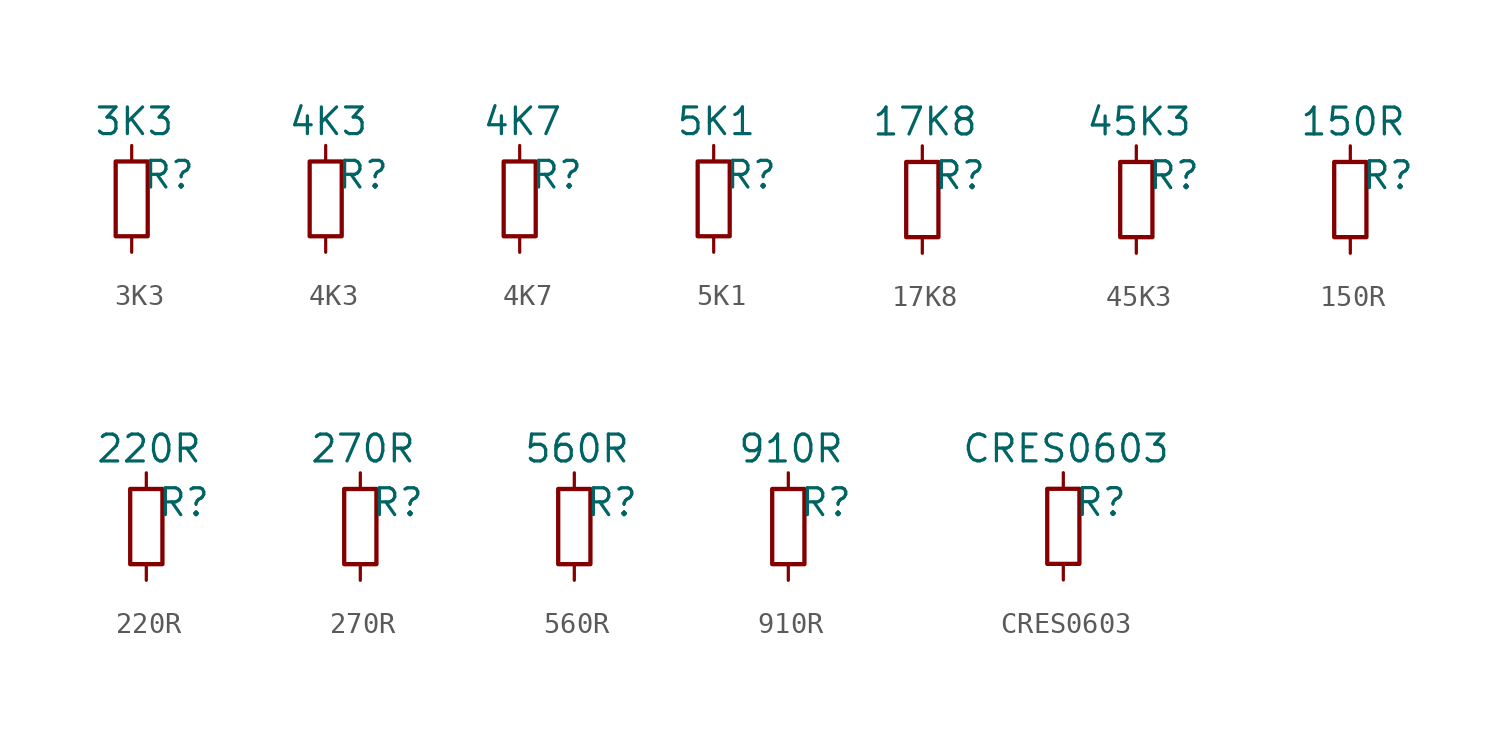
<source format=kicad_sym>
(kicad_symbol_lib
  (version 20241209)
  (generator "kicad_symbol_editor")
  (generator_version "9.0")
  (symbol "3K3"
    (pin_numbers
      (hide yes))
    (pin_names
      (offset 0)
      (hide yes))
    (property "Reference" "R"
      (at 1.778 1.143 0)
      (effects (font (size 1.27 1.27))))
    (property "Value" "3K3"
      (at 0.127 3.683 0)
      (effects (font (size 1.27 1.27))))
    (symbol "3K3_1_1"
      (rectangle (start -0.762 1.778) (end 0.762 -1.778) (stroke (width 0.203) (type solid)) (fill (type none)))
      (pin passive line (at 0 2.54 270) (length 0.762) (name "~" (effects (font (size 1.27 1.27)))) (number "1" (effects (font (size 1.27 1.27)))))
      (pin passive line (at 0 -2.54 90) (length 0.762) (name "~" (effects (font (size 1.27 1.27)))) (number "2" (effects (font (size 1.27 1.27)))))))
  (symbol "4K3"
    (pin_numbers
      (hide yes))
    (pin_names
      (offset 0)
      (hide yes))
    (property "Reference" "R"
      (at 1.778 1.143 0)
      (effects (font (size 1.27 1.27))))
    (property "Value" "4K3"
      (at 0.127 3.683 0)
      (effects (font (size 1.27 1.27))))
    (symbol "4K3_1_1"
      (rectangle (start -0.762 1.778) (end 0.762 -1.778) (stroke (width 0.203) (type solid)) (fill (type none)))
      (pin passive line (at 0 2.54 270) (length 0.762) (name "~" (effects (font (size 1.27 1.27)))) (number "1" (effects (font (size 1.27 1.27)))))
      (pin passive line (at 0 -2.54 90) (length 0.762) (name "~" (effects (font (size 1.27 1.27)))) (number "2" (effects (font (size 1.27 1.27)))))))
  (symbol "4K7"
    (pin_numbers
      (hide yes))
    (pin_names
      (offset 0)
      (hide yes))
    (property "Reference" "R"
      (at 1.778 1.143 0)
      (effects (font (size 1.27 1.27))))
    (property "Value" "4K7"
      (at 0.127 3.683 0)
      (effects (font (size 1.27 1.27))))
    (symbol "4K7_1_1"
      (rectangle (start -0.762 1.778) (end 0.762 -1.778) (stroke (width 0.203) (type solid)) (fill (type none)))
      (pin passive line (at 0 2.54 270) (length 0.762) (name "~" (effects (font (size 1.27 1.27)))) (number "1" (effects (font (size 1.27 1.27)))))
      (pin passive line (at 0 -2.54 90) (length 0.762) (name "~" (effects (font (size 1.27 1.27)))) (number "2" (effects (font (size 1.27 1.27)))))))
  (symbol "5K1"
    (pin_numbers
      (hide yes))
    (pin_names
      (offset 0)
      (hide yes))
    (property "Reference" "R"
      (at 1.778 1.143 0)
      (effects (font (size 1.27 1.27))))
    (property "Value" "5K1"
      (at 0.127 3.683 0)
      (effects (font (size 1.27 1.27))))
    (symbol "5K1_1_1"
      (rectangle (start -0.762 1.778) (end 0.762 -1.778) (stroke (width 0.203) (type solid)) (fill (type none)))
      (pin passive line (at 0 2.54 270) (length 0.762) (name "~" (effects (font (size 1.27 1.27)))) (number "1" (effects (font (size 1.27 1.27)))))
      (pin passive line (at 0 -2.54 90) (length 0.762) (name "~" (effects (font (size 1.27 1.27)))) (number "2" (effects (font (size 1.27 1.27)))))))
  (symbol "17K8"
    (pin_numbers
      (hide yes))
    (pin_names
      (offset 0)
      (hide yes))
    (property "Reference" "R"
      (at 1.778 1.143 0)
      (effects (font (size 1.27 1.27))))
    (property "Value" "17K8"
      (at 0.127 3.683 0)
      (effects (font (size 1.27 1.27))))
    (symbol "17K8_1_1"
      (rectangle (start -0.762 1.778) (end 0.762 -1.778) (stroke (width 0.203) (type solid)) (fill (type none)))
      (pin passive line (at 0 2.54 270) (length 0.762) (name "~" (effects (font (size 1.27 1.27)))) (number "1" (effects (font (size 1.27 1.27)))))
      (pin passive line (at 0 -2.54 90) (length 0.762) (name "~" (effects (font (size 1.27 1.27)))) (number "2" (effects (font (size 1.27 1.27)))))))
  (symbol "45K3"
    (pin_numbers
      (hide yes))
    (pin_names
      (offset 0)
      (hide yes))
    (property "Reference" "R"
      (at 1.778 1.143 0)
      (effects (font (size 1.27 1.27))))
    (property "Value" "45K3"
      (at 0.127 3.683 0)
      (effects (font (size 1.27 1.27))))
    (symbol "45K3_1_1"
      (rectangle (start -0.762 1.778) (end 0.762 -1.778) (stroke (width 0.203) (type solid)) (fill (type none)))
      (pin passive line (at 0 2.54 270) (length 0.762) (name "~" (effects (font (size 1.27 1.27)))) (number "1" (effects (font (size 1.27 1.27)))))
      (pin passive line (at 0 -2.54 90) (length 0.762) (name "~" (effects (font (size 1.27 1.27)))) (number "2" (effects (font (size 1.27 1.27)))))))
  (symbol "150R"
    (pin_numbers
      (hide yes))
    (pin_names
      (offset 0)
      (hide yes))
    (property "Reference" "R"
      (at 1.778 1.143 0)
      (effects (font (size 1.27 1.27))))
    (property "Value" "150R"
      (at 0.127 3.683 0)
      (effects (font (size 1.27 1.27))))
    (symbol "150R_1_1"
      (rectangle (start -0.762 1.778) (end 0.762 -1.778) (stroke (width 0.203) (type solid)) (fill (type none)))
      (pin passive line (at 0 2.54 270) (length 0.762) (name "~" (effects (font (size 1.27 1.27)))) (number "1" (effects (font (size 1.27 1.27)))))
      (pin passive line (at 0 -2.54 90) (length 0.762) (name "~" (effects (font (size 1.27 1.27)))) (number "2" (effects (font (size 1.27 1.27)))))))
  (symbol "220R"
    (pin_numbers
      (hide yes))
    (pin_names
      (offset 0)
      (hide yes))
    (property "Reference" "R"
      (at 1.778 1.143 0)
      (effects (font (size 1.27 1.27))))
    (property "Value" "220R"
      (at 0.127 3.683 0)
      (effects (font (size 1.27 1.27))))
    (symbol "220R_1_1"
      (rectangle (start -0.762 1.778) (end 0.762 -1.778) (stroke (width 0.203) (type solid)) (fill (type none)))
      (pin passive line (at 0 2.54 270) (length 0.762) (name "~" (effects (font (size 1.27 1.27)))) (number "1" (effects (font (size 1.27 1.27)))))
      (pin passive line (at 0 -2.54 90) (length 0.762) (name "~" (effects (font (size 1.27 1.27)))) (number "2" (effects (font (size 1.27 1.27)))))))
  (symbol "270R"
    (pin_numbers
      (hide yes))
    (pin_names
      (offset 0)
      (hide yes))
    (property "Reference" "R"
      (at 1.778 1.143 0)
      (effects (font (size 1.27 1.27))))
    (property "Value" "270R"
      (at 0.127 3.683 0)
      (effects (font (size 1.27 1.27))))
    (symbol "270R_1_1"
      (rectangle (start -0.762 1.778) (end 0.762 -1.778) (stroke (width 0.203) (type solid)) (fill (type none)))
      (pin passive line (at 0 2.54 270) (length 0.762) (name "~" (effects (font (size 1.27 1.27)))) (number "1" (effects (font (size 1.27 1.27)))))
      (pin passive line (at 0 -2.54 90) (length 0.762) (name "~" (effects (font (size 1.27 1.27)))) (number "2" (effects (font (size 1.27 1.27)))))))
  (symbol "560R"
    (pin_numbers
      (hide yes))
    (pin_names
      (offset 0)
      (hide yes))
    (property "Reference" "R"
      (at 1.778 1.143 0)
      (effects (font (size 1.27 1.27))))
    (property "Value" "560R"
      (at 0.127 3.683 0)
      (effects (font (size 1.27 1.27))))
    (symbol "560R_1_1"
      (rectangle (start -0.762 1.778) (end 0.762 -1.778) (stroke (width 0.203) (type solid)) (fill (type none)))
      (pin passive line (at 0 2.54 270) (length 0.762) (name "~" (effects (font (size 1.27 1.27)))) (number "1" (effects (font (size 1.27 1.27)))))
      (pin passive line (at 0 -2.54 90) (length 0.762) (name "~" (effects (font (size 1.27 1.27)))) (number "2" (effects (font (size 1.27 1.27)))))))
  (symbol "910R"
    (pin_numbers
      (hide yes))
    (pin_names
      (offset 0)
      (hide yes))
    (property "Reference" "R"
      (at 1.778 1.143 0)
      (effects (font (size 1.27 1.27))))
    (property "Value" "910R"
      (at 0.127 3.683 0)
      (effects (font (size 1.27 1.27))))
    (symbol "910R_1_1"
      (rectangle (start -0.762 1.778) (end 0.762 -1.778) (stroke (width 0.203) (type solid)) (fill (type none)))
      (pin passive line (at 0 2.54 270) (length 0.762) (name "~" (effects (font (size 1.27 1.27)))) (number "1" (effects (font (size 1.27 1.27)))))
      (pin passive line (at 0 -2.54 90) (length 0.762) (name "~" (effects (font (size 1.27 1.27)))) (number "2" (effects (font (size 1.27 1.27)))))))
  (symbol "CRES0603"
    (pin_numbers
      (hide yes))
    (pin_names
      (offset 0)
      (hide yes))
    (property "Reference" "R"
      (at 1.778 1.143 0)
      (effects (font (size 1.27 1.27))))
    (property "Value" "CRES0603"
      (at 0.127 3.683 0)
      (effects (font (size 1.27 1.27))))
    (symbol "CRES0603_1_1"
      (rectangle (start -0.762 1.778) (end 0.762 -1.778) (stroke (width 0.203) (type solid)) (fill (type none)))
      (pin passive line (at 0 2.54 270) (length 0.762) (name "~" (effects (font (size 1.27 1.27)))) (number "1" (effects (font (size 1.27 1.27)))))
      (pin passive line (at 0 -2.54 90) (length 0.762) (name "~" (effects (font (size 1.27 1.27)))) (number "2" (effects (font (size 1.27 1.27))))))))
</source>
